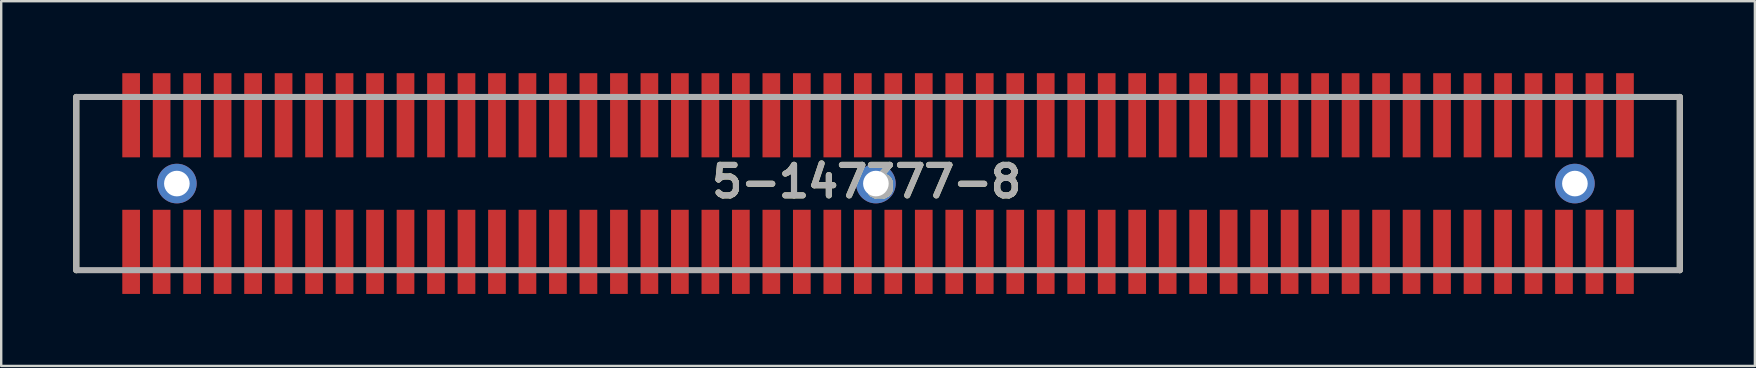
<source format=kicad_pcb>
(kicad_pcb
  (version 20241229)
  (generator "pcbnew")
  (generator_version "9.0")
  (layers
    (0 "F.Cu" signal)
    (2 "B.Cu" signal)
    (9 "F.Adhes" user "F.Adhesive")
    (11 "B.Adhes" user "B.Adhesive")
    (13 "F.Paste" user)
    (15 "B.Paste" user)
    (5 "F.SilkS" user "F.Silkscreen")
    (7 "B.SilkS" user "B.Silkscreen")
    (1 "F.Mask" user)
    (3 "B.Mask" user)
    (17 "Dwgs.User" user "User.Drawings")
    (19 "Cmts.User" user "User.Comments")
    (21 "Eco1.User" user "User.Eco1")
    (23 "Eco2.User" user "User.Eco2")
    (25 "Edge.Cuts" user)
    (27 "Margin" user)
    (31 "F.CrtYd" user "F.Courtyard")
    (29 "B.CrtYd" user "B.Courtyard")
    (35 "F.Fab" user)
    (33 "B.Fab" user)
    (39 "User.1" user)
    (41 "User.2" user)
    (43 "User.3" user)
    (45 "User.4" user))
  (footprint "5-147377-8"
    (layer "F.Cu")
    (at 33.528 4.597)
    (property "Reference" "5-147377-8" (at -0.477 -0.082 0) (layer "F.SilkS") (effects (font (size 1.27 1.27) (thickness 0.254))))
    (attr through_hole)
    (fp_line (start -33.401 -3.607) (end -33.401 3.607) (stroke (width 0.254) (type solid)) (layer "F.SilkS"))
    (fp_line (start 33.401 3.607) (end 33.401 -3.607) (stroke (width 0.254) (type solid)) (layer "F.SilkS"))
    (fp_line (start -33.401 -3.607) (end 33.401 -3.607) (stroke (width 0.254) (type solid)) (layer "F.Fab"))
    (fp_line (start -33.401 3.607) (end -33.401 -3.607) (stroke (width 0.254) (type solid)) (layer "F.Fab"))
    (fp_line (start 33.401 -3.607) (end 33.401 3.607) (stroke (width 0.254) (type solid)) (layer "F.Fab"))
    (fp_line (start 33.401 3.607) (end -33.401 3.607) (stroke (width 0.254) (type solid)) (layer "F.Fab"))
    (fp_text user "${REFERENCE}" (at -0.477 -0.082 0) (layer "F.Fab") (effects (font (size 1.27 1.27) (thickness 0.254))))
    (pad "1" smd rect (at -31.115 2.845) (size 0.737 3.505) (layers "F.Cu" "F.Mask" "F.Paste"))
    (pad "2" smd rect (at -31.115 -2.845) (size 0.737 3.505) (layers "F.Cu" "F.Mask" "F.Paste"))
    (pad "3" smd rect (at -29.845 2.845) (size 0.737 3.505) (layers "F.Cu" "F.Mask" "F.Paste"))
    (pad "4" smd rect (at -29.845 -2.845) (size 0.737 3.505) (layers "F.Cu" "F.Mask" "F.Paste"))
    (pad "5" smd rect (at -28.575 2.845) (size 0.737 3.505) (layers "F.Cu" "F.Mask" "F.Paste"))
    (pad "6" smd rect (at -28.575 -2.845) (size 0.737 3.505) (layers "F.Cu" "F.Mask" "F.Paste"))
    (pad "7" smd rect (at -27.305 2.845) (size 0.737 3.505) (layers "F.Cu" "F.Mask" "F.Paste"))
    (pad "8" smd rect (at -27.305 -2.845) (size 0.737 3.505) (layers "F.Cu" "F.Mask" "F.Paste"))
    (pad "9" smd rect (at -26.035 2.845) (size 0.737 3.505) (layers "F.Cu" "F.Mask" "F.Paste"))
    (pad "10" smd rect (at -26.035 -2.845) (size 0.737 3.505) (layers "F.Cu" "F.Mask" "F.Paste"))
    (pad "11" smd rect (at -24.765 2.845) (size 0.737 3.505) (layers "F.Cu" "F.Mask" "F.Paste"))
    (pad "12" smd rect (at -24.765 -2.845) (size 0.737 3.505) (layers "F.Cu" "F.Mask" "F.Paste"))
    (pad "13" smd rect (at -23.495 2.845) (size 0.737 3.505) (layers "F.Cu" "F.Mask" "F.Paste"))
    (pad "14" smd rect (at -23.495 -2.845) (size 0.737 3.505) (layers "F.Cu" "F.Mask" "F.Paste"))
    (pad "15" smd rect (at -22.225 2.845) (size 0.737 3.505) (layers "F.Cu" "F.Mask" "F.Paste"))
    (pad "16" smd rect (at -22.225 -2.845) (size 0.737 3.505) (layers "F.Cu" "F.Mask" "F.Paste"))
    (pad "17" smd rect (at -20.955 2.845) (size 0.737 3.505) (layers "F.Cu" "F.Mask" "F.Paste"))
    (pad "18" smd rect (at -20.955 -2.845) (size 0.737 3.505) (layers "F.Cu" "F.Mask" "F.Paste"))
    (pad "19" smd rect (at -19.685 2.845) (size 0.737 3.505) (layers "F.Cu" "F.Mask" "F.Paste"))
    (pad "20" smd rect (at -19.685 -2.845) (size 0.737 3.505) (layers "F.Cu" "F.Mask" "F.Paste"))
    (pad "21" smd rect (at -18.415 2.845) (size 0.737 3.505) (layers "F.Cu" "F.Mask" "F.Paste"))
    (pad "22" smd rect (at -18.415 -2.845) (size 0.737 3.505) (layers "F.Cu" "F.Mask" "F.Paste"))
    (pad "23" smd rect (at -17.145 2.845) (size 0.737 3.505) (layers "F.Cu" "F.Mask" "F.Paste"))
    (pad "24" smd rect (at -17.145 -2.845) (size 0.737 3.505) (layers "F.Cu" "F.Mask" "F.Paste"))
    (pad "25" smd rect (at -15.875 2.845) (size 0.737 3.505) (layers "F.Cu" "F.Mask" "F.Paste"))
    (pad "26" smd rect (at -15.875 -2.845) (size 0.737 3.505) (layers "F.Cu" "F.Mask" "F.Paste"))
    (pad "27" smd rect (at -14.605 2.845) (size 0.737 3.505) (layers "F.Cu" "F.Mask" "F.Paste"))
    (pad "28" smd rect (at -14.605 -2.845) (size 0.737 3.505) (layers "F.Cu" "F.Mask" "F.Paste"))
    (pad "29" smd rect (at -13.335 2.845) (size 0.737 3.505) (layers "F.Cu" "F.Mask" "F.Paste"))
    (pad "30" smd rect (at -13.335 -2.845) (size 0.737 3.505) (layers "F.Cu" "F.Mask" "F.Paste"))
    (pad "31" smd rect (at -12.065 2.845) (size 0.737 3.505) (layers "F.Cu" "F.Mask" "F.Paste"))
    (pad "32" smd rect (at -12.065 -2.845) (size 0.737 3.505) (layers "F.Cu" "F.Mask" "F.Paste"))
    (pad "33" smd rect (at -10.795 2.845) (size 0.737 3.505) (layers "F.Cu" "F.Mask" "F.Paste"))
    (pad "34" smd rect (at -10.795 -2.845) (size 0.737 3.505) (layers "F.Cu" "F.Mask" "F.Paste"))
    (pad "35" smd rect (at -9.525 2.845) (size 0.737 3.505) (layers "F.Cu" "F.Mask" "F.Paste"))
    (pad "36" smd rect (at -9.525 -2.845) (size 0.737 3.505) (layers "F.Cu" "F.Mask" "F.Paste"))
    (pad "37" smd rect (at -8.255 2.845) (size 0.737 3.505) (layers "F.Cu" "F.Mask" "F.Paste"))
    (pad "38" smd rect (at -8.255 -2.845) (size 0.737 3.505) (layers "F.Cu" "F.Mask" "F.Paste"))
    (pad "39" smd rect (at -6.985 2.845) (size 0.737 3.505) (layers "F.Cu" "F.Mask" "F.Paste"))
    (pad "40" smd rect (at -6.985 -2.845) (size 0.737 3.505) (layers "F.Cu" "F.Mask" "F.Paste"))
    (pad "41" smd rect (at -5.715 2.845) (size 0.737 3.505) (layers "F.Cu" "F.Mask" "F.Paste"))
    (pad "42" smd rect (at -5.715 -2.845) (size 0.737 3.505) (layers "F.Cu" "F.Mask" "F.Paste"))
    (pad "43" smd rect (at -4.445 2.845) (size 0.737 3.505) (layers "F.Cu" "F.Mask" "F.Paste"))
    (pad "44" smd rect (at -4.445 -2.845) (size 0.737 3.505) (layers "F.Cu" "F.Mask" "F.Paste"))
    (pad "45" smd rect (at -3.175 2.845) (size 0.737 3.505) (layers "F.Cu" "F.Mask" "F.Paste"))
    (pad "46" smd rect (at -3.175 -2.845) (size 0.737 3.505) (layers "F.Cu" "F.Mask" "F.Paste"))
    (pad "47" smd rect (at -1.905 2.845) (size 0.737 3.505) (layers "F.Cu" "F.Mask" "F.Paste"))
    (pad "48" smd rect (at -1.905 -2.845) (size 0.737 3.505) (layers "F.Cu" "F.Mask" "F.Paste"))
    (pad "49" smd rect (at -0.635 2.845) (size 0.737 3.505) (layers "F.Cu" "F.Mask" "F.Paste"))
    (pad "50" smd rect (at -0.635 -2.845) (size 0.737 3.505) (layers "F.Cu" "F.Mask" "F.Paste"))
    (pad "51" smd rect (at 0.635 2.845) (size 0.737 3.505) (layers "F.Cu" "F.Mask" "F.Paste"))
    (pad "52" smd rect (at 0.635 -2.845) (size 0.737 3.505) (layers "F.Cu" "F.Mask" "F.Paste"))
    (pad "53" smd rect (at 1.905 2.845) (size 0.737 3.505) (layers "F.Cu" "F.Mask" "F.Paste"))
    (pad "54" smd rect (at 1.905 -2.845) (size 0.737 3.505) (layers "F.Cu" "F.Mask" "F.Paste"))
    (pad "55" smd rect (at 3.175 2.845) (size 0.737 3.505) (layers "F.Cu" "F.Mask" "F.Paste"))
    (pad "56" smd rect (at 3.175 -2.845) (size 0.737 3.505) (layers "F.Cu" "F.Mask" "F.Paste"))
    (pad "57" smd rect (at 4.445 2.845) (size 0.737 3.505) (layers "F.Cu" "F.Mask" "F.Paste"))
    (pad "58" smd rect (at 4.445 -2.845) (size 0.737 3.505) (layers "F.Cu" "F.Mask" "F.Paste"))
    (pad "59" smd rect (at 5.715 2.845) (size 0.737 3.505) (layers "F.Cu" "F.Mask" "F.Paste"))
    (pad "60" smd rect (at 5.715 -2.845) (size 0.737 3.505) (layers "F.Cu" "F.Mask" "F.Paste"))
    (pad "61" smd rect (at 6.985 2.845) (size 0.737 3.505) (layers "F.Cu" "F.Mask" "F.Paste"))
    (pad "62" smd rect (at 6.985 -2.845) (size 0.737 3.505) (layers "F.Cu" "F.Mask" "F.Paste"))
    (pad "63" smd rect (at 8.255 2.845) (size 0.737 3.505) (layers "F.Cu" "F.Mask" "F.Paste"))
    (pad "64" smd rect (at 8.255 -2.845) (size 0.737 3.505) (layers "F.Cu" "F.Mask" "F.Paste"))
    (pad "65" smd rect (at 9.525 2.845) (size 0.737 3.505) (layers "F.Cu" "F.Mask" "F.Paste"))
    (pad "66" smd rect (at 9.525 -2.845) (size 0.737 3.505) (layers "F.Cu" "F.Mask" "F.Paste"))
    (pad "67" smd rect (at 10.795 2.845) (size 0.737 3.505) (layers "F.Cu" "F.Mask" "F.Paste"))
    (pad "68" smd rect (at 10.795 -2.845) (size 0.737 3.505) (layers "F.Cu" "F.Mask" "F.Paste"))
    (pad "69" smd rect (at 12.065 2.845) (size 0.737 3.505) (layers "F.Cu" "F.Mask" "F.Paste"))
    (pad "70" smd rect (at 12.065 -2.845) (size 0.737 3.505) (layers "F.Cu" "F.Mask" "F.Paste"))
    (pad "71" smd rect (at 13.335 2.845) (size 0.737 3.505) (layers "F.Cu" "F.Mask" "F.Paste"))
    (pad "72" smd rect (at 13.335 -2.845) (size 0.737 3.505) (layers "F.Cu" "F.Mask" "F.Paste"))
    (pad "73" smd rect (at 14.605 2.845) (size 0.737 3.505) (layers "F.Cu" "F.Mask" "F.Paste"))
    (pad "74" smd rect (at 14.605 -2.845) (size 0.737 3.505) (layers "F.Cu" "F.Mask" "F.Paste"))
    (pad "75" smd rect (at 15.875 2.845) (size 0.737 3.505) (layers "F.Cu" "F.Mask" "F.Paste"))
    (pad "76" smd rect (at 15.875 -2.845) (size 0.737 3.505) (layers "F.Cu" "F.Mask" "F.Paste"))
    (pad "77" smd rect (at 17.145 2.845) (size 0.737 3.505) (layers "F.Cu" "F.Mask" "F.Paste"))
    (pad "78" smd rect (at 17.145 -2.845) (size 0.737 3.505) (layers "F.Cu" "F.Mask" "F.Paste"))
    (pad "79" smd rect (at 18.415 2.845) (size 0.737 3.505) (layers "F.Cu" "F.Mask" "F.Paste"))
    (pad "80" smd rect (at 18.415 -2.845) (size 0.737 3.505) (layers "F.Cu" "F.Mask" "F.Paste"))
    (pad "81" smd rect (at 19.685 2.845) (size 0.737 3.505) (layers "F.Cu" "F.Mask" "F.Paste"))
    (pad "82" smd rect (at 19.685 -2.845) (size 0.737 3.505) (layers "F.Cu" "F.Mask" "F.Paste"))
    (pad "83" smd rect (at 20.955 2.845) (size 0.737 3.505) (layers "F.Cu" "F.Mask" "F.Paste"))
    (pad "84" smd rect (at 20.955 -2.845) (size 0.737 3.505) (layers "F.Cu" "F.Mask" "F.Paste"))
    (pad "85" smd rect (at 22.225 2.845) (size 0.737 3.505) (layers "F.Cu" "F.Mask" "F.Paste"))
    (pad "86" smd rect (at 22.225 -2.845) (size 0.737 3.505) (layers "F.Cu" "F.Mask" "F.Paste"))
    (pad "87" smd rect (at 23.495 2.845) (size 0.737 3.505) (layers "F.Cu" "F.Mask" "F.Paste"))
    (pad "88" smd rect (at 23.495 -2.845) (size 0.737 3.505) (layers "F.Cu" "F.Mask" "F.Paste"))
    (pad "89" smd rect (at 24.765 2.845) (size 0.737 3.505) (layers "F.Cu" "F.Mask" "F.Paste"))
    (pad "90" smd rect (at 24.765 -2.845) (size 0.737 3.505) (layers "F.Cu" "F.Mask" "F.Paste"))
    (pad "91" smd rect (at 26.035 2.845) (size 0.737 3.505) (layers "F.Cu" "F.Mask" "F.Paste"))
    (pad "92" smd rect (at 26.035 -2.845) (size 0.737 3.505) (layers "F.Cu" "F.Mask" "F.Paste"))
    (pad "93" smd rect (at 27.305 2.845) (size 0.737 3.505) (layers "F.Cu" "F.Mask" "F.Paste"))
    (pad "94" smd rect (at 27.305 -2.845) (size 0.737 3.505) (layers "F.Cu" "F.Mask" "F.Paste"))
    (pad "95" smd rect (at 28.575 2.845) (size 0.737 3.505) (layers "F.Cu" "F.Mask" "F.Paste"))
    (pad "96" smd rect (at 28.575 -2.845) (size 0.737 3.505) (layers "F.Cu" "F.Mask" "F.Paste"))
    (pad "97" smd rect (at 29.845 2.845) (size 0.737 3.505) (layers "F.Cu" "F.Mask" "F.Paste"))
    (pad "98" smd rect (at 29.845 -2.845) (size 0.737 3.505) (layers "F.Cu" "F.Mask" "F.Paste"))
    (pad "99" smd rect (at 31.115 2.845) (size 0.737 3.505) (layers "F.Cu" "F.Mask" "F.Paste"))
    (pad "100" smd rect (at 31.115 -2.845) (size 0.737 3.505) (layers "F.Cu" "F.Mask" "F.Paste"))
    (pad "101" thru_hole circle (at -29.21 0) (size 1.65 1.65) (drill 1.067) (layers "*.Cu" "*.Mask"))
    (pad "102" thru_hole circle (at -0.09 0) (size 1.65 1.65) (drill 1.067) (layers "*.Cu" "*.Mask"))
    (pad "103" thru_hole circle (at 29.03 0) (size 1.65 1.65) (drill 1.067) (layers "*.Cu" "*.Mask")))
  (gr_rect
    (start -3 -3)
    (end 70.056 12.195)
    (stroke (width 0.1) (type default))
    (fill no)
    (layer "Edge.Cuts")))
</source>
